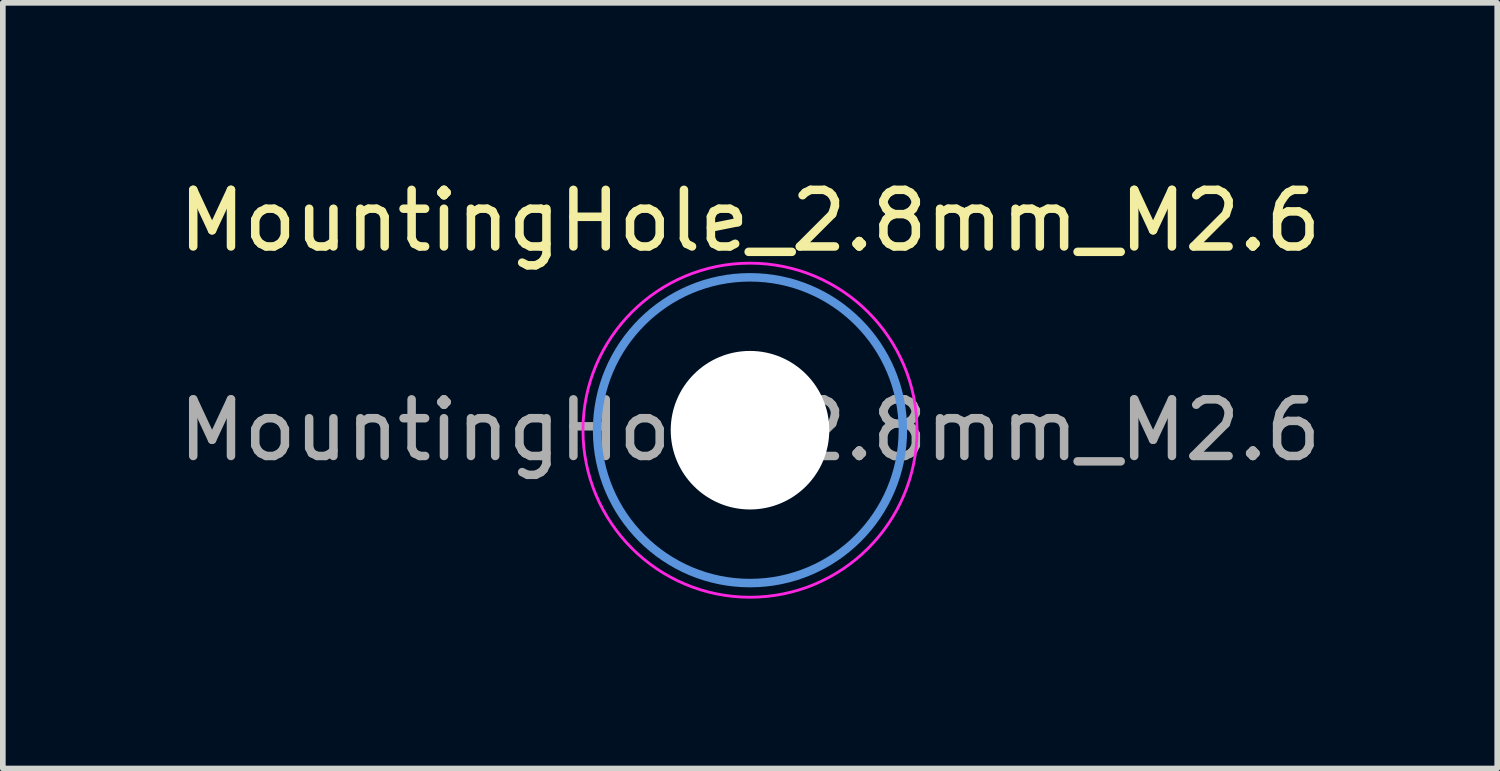
<source format=kicad_pcb>
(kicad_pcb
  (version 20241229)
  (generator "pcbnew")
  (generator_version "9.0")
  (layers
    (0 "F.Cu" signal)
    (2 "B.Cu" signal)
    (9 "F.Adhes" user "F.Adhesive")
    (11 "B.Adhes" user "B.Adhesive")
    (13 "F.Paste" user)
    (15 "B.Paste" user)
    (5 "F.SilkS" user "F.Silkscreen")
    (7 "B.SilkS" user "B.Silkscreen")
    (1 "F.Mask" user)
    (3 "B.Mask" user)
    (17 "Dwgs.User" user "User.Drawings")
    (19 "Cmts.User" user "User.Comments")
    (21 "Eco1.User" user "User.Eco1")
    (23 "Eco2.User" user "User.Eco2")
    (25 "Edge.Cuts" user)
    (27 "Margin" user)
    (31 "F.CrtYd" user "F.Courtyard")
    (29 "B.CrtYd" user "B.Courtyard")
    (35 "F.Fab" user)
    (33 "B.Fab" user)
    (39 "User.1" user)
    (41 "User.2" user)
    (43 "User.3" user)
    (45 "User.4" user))
  (footprint "MountingHole_2.8mm_M2.6"
    (layer "F.Cu")
    (at 10.196 4.548)
    (property "Reference" "MountingHole_2.8mm_M2.6" (at 0 -3.7 0) (layer "F.SilkS") (effects (font (size 1 1) (thickness 0.15))))
    (attr exclude_from_pos_files exclude_from_bom)
    (fp_circle (center 0 0) (end 2.7 0) (stroke (width 0.15) (type solid)) (fill no) (layer "Cmts.User"))
    (fp_circle (center 0 0) (end 2.95 0) (stroke (width 0.05) (type solid)) (fill no) (layer "F.CrtYd"))
    (fp_text user "${REFERENCE}" (at 0 0 0) (layer "F.Fab") (effects (font (size 1 1) (thickness 0.15))))
    (pad "" np_thru_hole circle (at 0 0) (size 2.8 2.8) (drill 2.8) (layers "*.Cu" "*.Mask")))
  (gr_rect
    (start -3 -3)
    (end 23.393 10.523)
    (stroke (width 0.1) (type default))
    (fill no)
    (layer "Edge.Cuts")))
</source>
